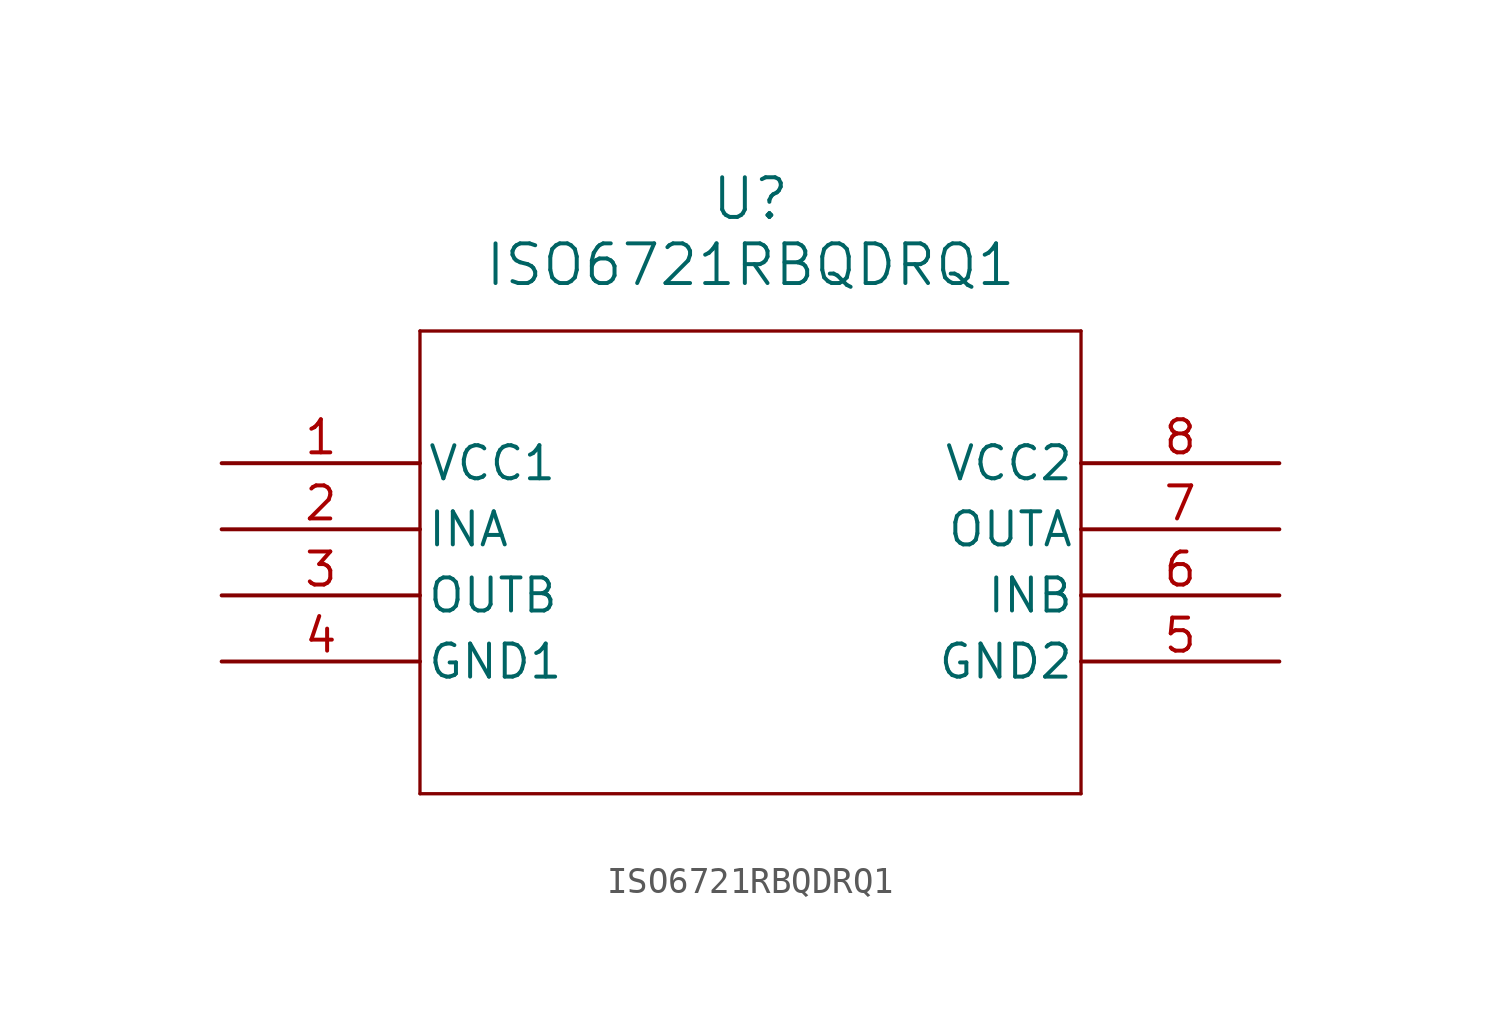
<source format=kicad_sym>
(kicad_symbol_lib
  (version 20211014)
  (generator kicad_symbol_editor)
  (symbol "ISO6721RBQDRQ1"
    (pin_names
      (offset 0.254))
    (property "Reference" "U"
      (at 20.32 10.16 0)
      (effects (font (size 1.524 1.524))))
    (property "Value" "ISO6721RBQDRQ1"
      (at 20.32 7.62 0)
      (effects (font (size 1.524 1.524))))
    (symbol "ISO6721RBQDRQ1_0_1"
      (polyline (pts (xy 7.62 5.08) (xy 7.62 -12.7)) (stroke (width 0.127) (type default) (color 0 0 0 0)) (fill (type none)))
      (polyline (pts (xy 7.62 -12.7) (xy 33.02 -12.7)) (stroke (width 0.127) (type default) (color 0 0 0 0)) (fill (type none)))
      (polyline (pts (xy 33.02 -12.7) (xy 33.02 5.08)) (stroke (width 0.127) (type default) (color 0 0 0 0)) (fill (type none)))
      (polyline (pts (xy 33.02 5.08) (xy 7.62 5.08)) (stroke (width 0.127) (type default) (color 0 0 0 0)) (fill (type none)))
      (pin power_in line (at 0 0 0) (length 7.62) (name "VCC1" (effects (font (size 1.27 1.27)))) (number "1" (effects (font (size 1.27 1.27)))))
      (pin input line (at 0 -2.54 0) (length 7.62) (name "INA" (effects (font (size 1.27 1.27)))) (number "2" (effects (font (size 1.27 1.27)))))
      (pin output line (at 0 -5.08 0) (length 7.62) (name "OUTB" (effects (font (size 1.27 1.27)))) (number "3" (effects (font (size 1.27 1.27)))))
      (pin power_out line (at 0 -7.62 0) (length 7.62) (name "GND1" (effects (font (size 1.27 1.27)))) (number "4" (effects (font (size 1.27 1.27)))))
      (pin power_out line (at 40.64 -7.62 180) (length 7.62) (name "GND2" (effects (font (size 1.27 1.27)))) (number "5" (effects (font (size 1.27 1.27)))))
      (pin input line (at 40.64 -5.08 180) (length 7.62) (name "INB" (effects (font (size 1.27 1.27)))) (number "6" (effects (font (size 1.27 1.27)))))
      (pin output line (at 40.64 -2.54 180) (length 7.62) (name "OUTA" (effects (font (size 1.27 1.27)))) (number "7" (effects (font (size 1.27 1.27)))))
      (pin power_in line (at 40.64 0 180) (length 7.62) (name "VCC2" (effects (font (size 1.27 1.27)))) (number "8" (effects (font (size 1.27 1.27))))))))
</source>
